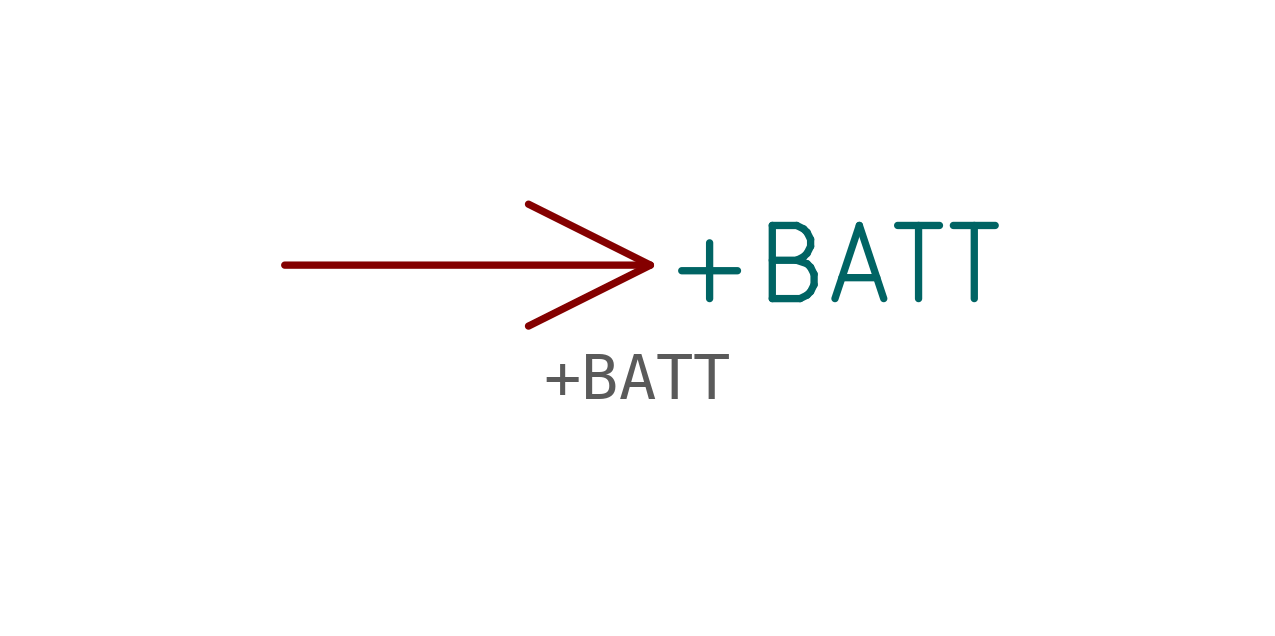
<source format=kicad_sym>
(kicad_symbol_lib
  (version 20220914)
  (generator kicad_symbol_editor)
  (symbol "+BATT"
    (power)
    (pin_numbers hide)
    (pin_names
      (offset 0))
    (property "Reference" ""
      (at 3.81 -1.27 0)
      (effects (font (size 1.524 1.524)) hide))
    (property "Value" "+BATT"
      (at 11.43 0 0)
      (do_not_autoplace)
      (effects (font (size 1.524 1.524))))
    (property "Footprint" ""
      (at 0 0 0)
      (effects (font (size 1.524 1.524))))
    (property "Datasheet" ""
      (at 0 0 0)
      (effects (font (size 1.524 1.524))))
    (symbol "+BATT_0_1"
      (polyline (pts (xy 0 0) (xy 7.62 0)) (stroke (width 0) (type solid)) (fill (type none)))
      (polyline (pts (xy 5.08 1.27) (xy 7.62 0) (xy 5.08 -1.27)) (stroke (width 0) (type solid)) (fill (type none))))
    (symbol "+BATT_1_1"
      (pin power_in line (at 0 0 0) (length 5.08) hide (name "+BATT" (effects (font (size 1.27 1.27)))) (number "~" (effects (font (size 1.27 1.27))))))))
</source>
